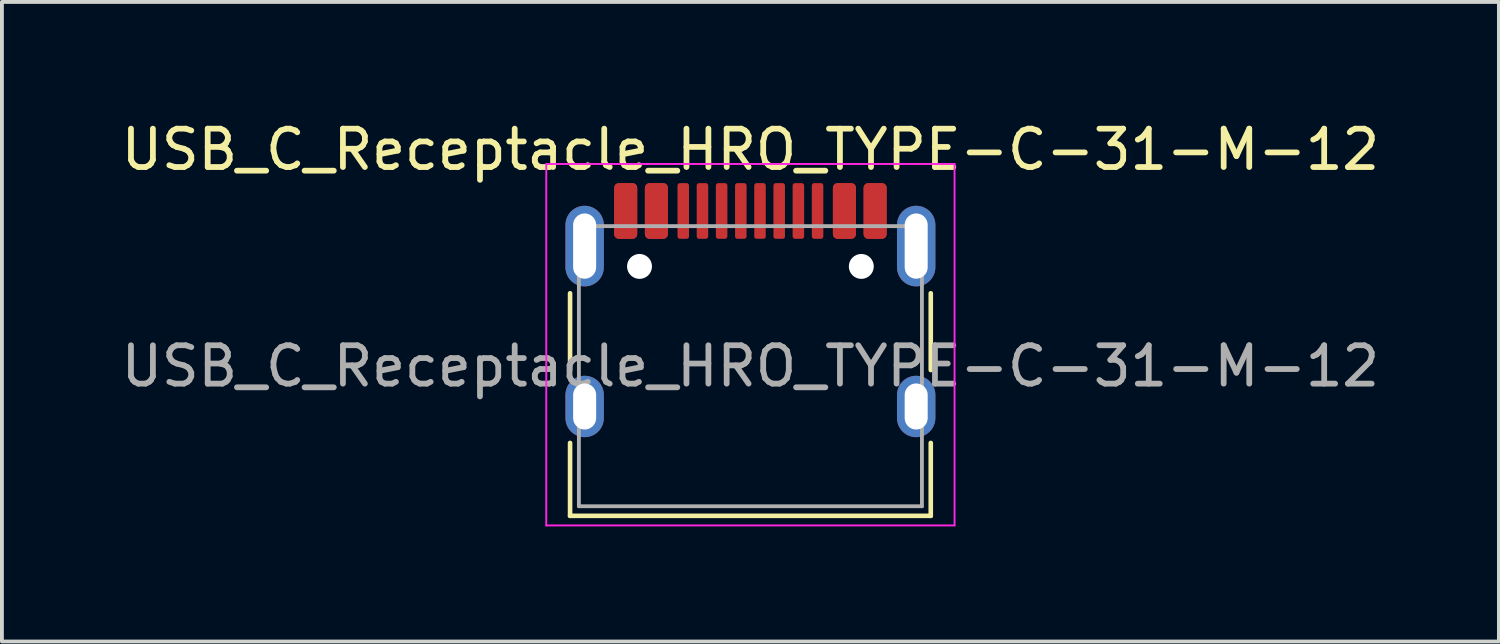
<source format=kicad_pcb>
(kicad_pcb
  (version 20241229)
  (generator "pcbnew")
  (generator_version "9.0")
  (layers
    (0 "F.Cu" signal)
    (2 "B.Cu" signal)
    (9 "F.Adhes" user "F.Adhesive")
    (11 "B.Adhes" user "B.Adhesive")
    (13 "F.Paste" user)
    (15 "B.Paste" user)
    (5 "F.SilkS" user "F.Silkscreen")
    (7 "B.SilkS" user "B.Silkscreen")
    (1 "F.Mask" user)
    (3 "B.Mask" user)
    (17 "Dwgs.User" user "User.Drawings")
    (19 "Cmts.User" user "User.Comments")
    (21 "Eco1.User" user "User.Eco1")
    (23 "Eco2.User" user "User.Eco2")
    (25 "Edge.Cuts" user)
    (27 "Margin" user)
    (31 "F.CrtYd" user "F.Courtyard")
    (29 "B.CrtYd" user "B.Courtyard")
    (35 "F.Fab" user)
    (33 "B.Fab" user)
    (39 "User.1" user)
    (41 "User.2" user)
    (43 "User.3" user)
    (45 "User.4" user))
  (footprint "USB_C_Receptacle_HRO_TYPE-C-31-M-12"
    (layer "F.Cu")
    (at 16.506 6.493)
    (property "Reference" "USB_C_Receptacle_HRO_TYPE-C-31-M-12" (at 0 -5.645 0) (layer "F.SilkS") (effects (font (size 1 1) (thickness 0.15))))
    (attr smd)
    (fp_line (start -4.7 -1.9) (end -4.7 0.1) (stroke (width 0.12) (type solid)) (layer "F.SilkS"))
    (fp_line (start -4.7 2) (end -4.7 3.9) (stroke (width 0.12) (type solid)) (layer "F.SilkS"))
    (fp_line (start -4.7 3.9) (end 4.7 3.9) (stroke (width 0.12) (type solid)) (layer "F.SilkS"))
    (fp_line (start 4.7 -1.9) (end 4.7 0.1) (stroke (width 0.12) (type solid)) (layer "F.SilkS"))
    (fp_line (start 4.7 2) (end 4.7 3.9) (stroke (width 0.12) (type solid)) (layer "F.SilkS"))
    (fp_line (start -5.32 -5.27) (end -5.32 4.15) (stroke (width 0.05) (type solid)) (layer "F.CrtYd"))
    (fp_line (start -5.32 -5.27) (end 5.32 -5.27) (stroke (width 0.05) (type solid)) (layer "F.CrtYd"))
    (fp_line (start -5.32 4.15) (end 5.32 4.15) (stroke (width 0.05) (type solid)) (layer "F.CrtYd"))
    (fp_line (start 5.32 -5.27) (end 5.32 4.15) (stroke (width 0.05) (type solid)) (layer "F.CrtYd"))
    (fp_line (start -4.47 -3.65) (end -4.47 3.65) (stroke (width 0.1) (type solid)) (layer "F.Fab"))
    (fp_line (start -4.47 -3.65) (end 4.47 -3.65) (stroke (width 0.1) (type solid)) (layer "F.Fab"))
    (fp_line (start -4.47 3.65) (end 4.47 3.65) (stroke (width 0.1) (type solid)) (layer "F.Fab"))
    (fp_line (start 4.47 -3.65) (end 4.47 3.65) (stroke (width 0.1) (type solid)) (layer "F.Fab"))
    (fp_text user "${REFERENCE}" (at 0 0 0) (layer "F.Fab") (effects (font (size 1 1) (thickness 0.15))))
    (pad "" smd oval (at -4.55 -3.13) (size 1.5 2.5) (layers "F.Paste"))
    (pad "" smd oval (at -4.55 1.05) (size 1.5 2.1) (layers "F.Paste"))
    (pad "" thru_hole oval (at -4.32 -3.13) (size 1 2.1) (drill oval 0.6 1.7) (layers "*.Cu" "*.Mask" "F.Paste"))
    (pad "" thru_hole oval (at -4.32 1.05) (size 1 1.6) (drill oval 0.6 1.2) (layers "*.Cu" "*.Mask" "F.Paste"))
    (pad "" np_thru_hole circle (at -2.89 -2.6) (size 0.65 0.65) (drill 0.65) (layers "*.Cu" "*.Mask"))
    (pad "" np_thru_hole circle (at 2.89 -2.6) (size 0.65 0.65) (drill 0.65) (layers "*.Cu" "*.Mask"))
    (pad "" thru_hole oval (at 4.32 -3.13) (size 1 2.1) (drill oval 0.6 1.7) (layers "*.Cu" "*.Mask" "F.Paste"))
    (pad "" smd oval (at 4.55 -3.13) (size 1.5 2.5) (layers "F.Paste"))
    (pad "" smd oval (at 4.55 1.05) (size 1.5 2.1) (layers "F.Paste"))
    (pad "A1" smd roundrect (at -3.25 -4.045) (size 0.6 1.45) (layers "F.Cu" "F.Mask" "F.Paste") (roundrect_rratio 0.2))
    (pad "A4" smd roundrect (at -2.45 -4.045) (size 0.6 1.45) (layers "F.Cu" "F.Mask" "F.Paste") (roundrect_rratio 0.2))
    (pad "A5" smd roundrect (at -1.25 -4.045) (size 0.3 1.45) (layers "F.Cu" "F.Mask" "F.Paste") (roundrect_rratio 0.2))
    (pad "A6" smd roundrect (at -0.25 -4.045) (size 0.3 1.45) (layers "F.Cu" "F.Mask" "F.Paste") (roundrect_rratio 0.2))
    (pad "A7" smd roundrect (at 0.25 -4.045) (size 0.3 1.45) (layers "F.Cu" "F.Mask" "F.Paste") (roundrect_rratio 0.2))
    (pad "A8" smd roundrect (at 1.25 -4.045) (size 0.3 1.45) (layers "F.Cu" "F.Mask" "F.Paste") (roundrect_rratio 0.2))
    (pad "A9" smd roundrect (at 2.45 -4.045) (size 0.6 1.45) (layers "F.Cu" "F.Mask" "F.Paste") (roundrect_rratio 0.2))
    (pad "A12" smd roundrect (at 3.25 -4.045) (size 0.6 1.45) (layers "F.Cu" "F.Mask" "F.Paste") (roundrect_rratio 0.2))
    (pad "B1" smd roundrect (at 3.25 -4.045) (size 0.6 1.45) (layers "F.Cu" "F.Mask" "F.Paste") (roundrect_rratio 0.2))
    (pad "B4" smd roundrect (at 2.45 -4.045) (size 0.6 1.45) (layers "F.Cu" "F.Mask" "F.Paste") (roundrect_rratio 0.2))
    (pad "B5" smd roundrect (at 1.75 -4.045) (size 0.3 1.45) (layers "F.Cu" "F.Mask" "F.Paste") (roundrect_rratio 0.2))
    (pad "B6" smd roundrect (at 0.75 -4.045) (size 0.3 1.45) (layers "F.Cu" "F.Mask" "F.Paste") (roundrect_rratio 0.2))
    (pad "B7" smd roundrect (at -0.75 -4.045) (size 0.3 1.45) (layers "F.Cu" "F.Mask" "F.Paste") (roundrect_rratio 0.2))
    (pad "B8" smd roundrect (at -1.75 -4.045) (size 0.3 1.45) (layers "F.Cu" "F.Mask" "F.Paste") (roundrect_rratio 0.2))
    (pad "B9" smd roundrect (at -2.45 -4.045) (size 0.6 1.45) (layers "F.Cu" "F.Mask" "F.Paste") (roundrect_rratio 0.2))
    (pad "B12" smd roundrect (at -3.25 -4.045) (size 0.6 1.45) (layers "F.Cu" "F.Mask" "F.Paste") (roundrect_rratio 0.2))
    (pad "S1" thru_hole oval (at 4.32 1.05) (size 1 1.6) (drill oval 0.6 1.2) (layers "*.Cu" "*.Mask" "F.Paste")))
  (gr_rect
    (start -3 -3)
    (end 36.012 13.668)
    (stroke (width 0.1) (type default))
    (fill no)
    (layer "Edge.Cuts")))
</source>
